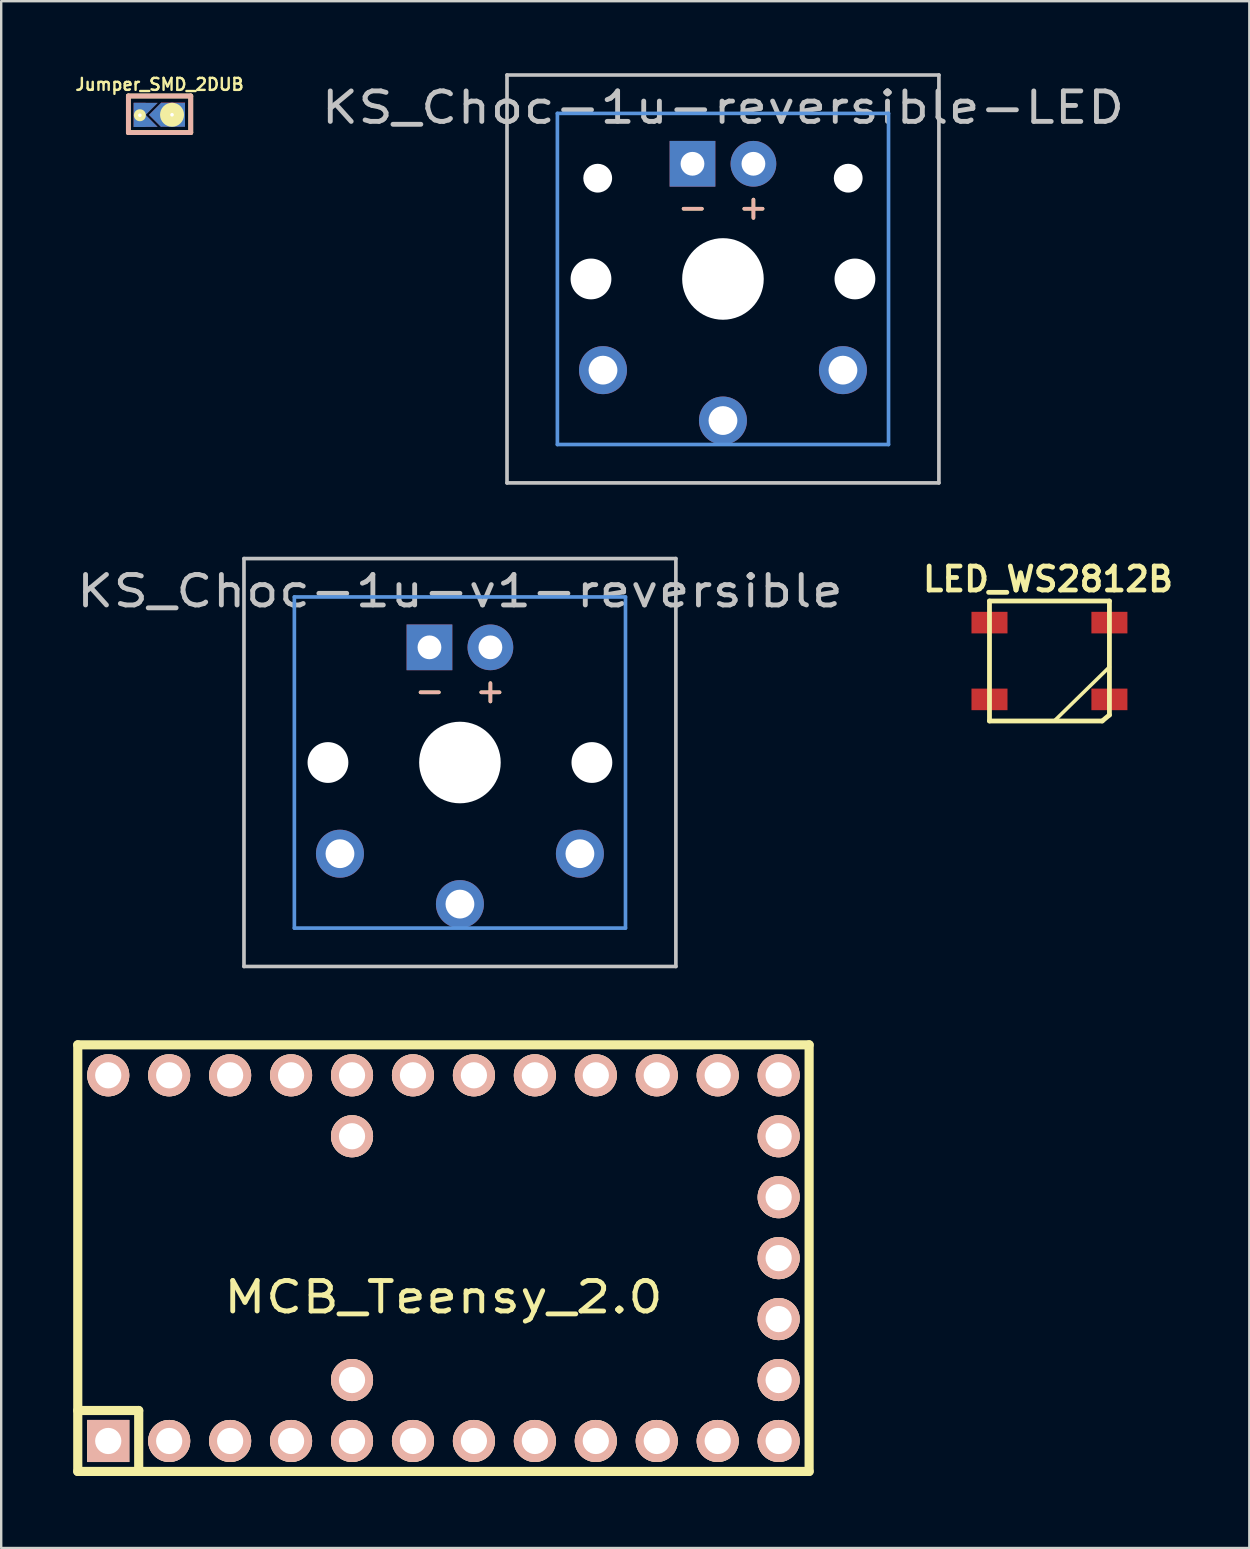
<source format=kicad_pcb>
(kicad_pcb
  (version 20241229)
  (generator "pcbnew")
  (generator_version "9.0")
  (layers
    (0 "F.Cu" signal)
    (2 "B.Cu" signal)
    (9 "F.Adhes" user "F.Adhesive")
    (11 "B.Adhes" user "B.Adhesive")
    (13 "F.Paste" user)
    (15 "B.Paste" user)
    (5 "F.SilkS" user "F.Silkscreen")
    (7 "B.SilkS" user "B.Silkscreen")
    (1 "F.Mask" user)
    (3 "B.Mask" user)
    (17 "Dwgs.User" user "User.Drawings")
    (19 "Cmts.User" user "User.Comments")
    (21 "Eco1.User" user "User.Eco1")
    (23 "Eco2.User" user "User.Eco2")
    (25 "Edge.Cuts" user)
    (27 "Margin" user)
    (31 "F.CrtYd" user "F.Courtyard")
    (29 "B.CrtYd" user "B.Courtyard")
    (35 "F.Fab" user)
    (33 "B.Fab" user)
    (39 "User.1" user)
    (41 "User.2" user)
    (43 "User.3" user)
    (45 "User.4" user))
  (footprint "LED_WS2812B"
    (layer "F.Cu")
    (at 40.687 24.498)
    (property "Reference" "LED_WS2812B" (at -0.06 -3.41 0) (layer "F.SilkS") (effects (font (size 1 1) (thickness 0.2))))
    (attr smd)
    (fp_line (start -2.5 -2.5) (end 2.5 -2.5) (stroke (width 0.2) (type solid)) (layer "F.SilkS"))
    (fp_line (start -2.499 2.499) (end -2.499 -2.499) (stroke (width 0.2) (type solid)) (layer "F.SilkS"))
    (fp_line (start 0.2 2.5) (end 2.5 0.25) (stroke (width 0.15) (type solid)) (layer "F.SilkS"))
    (fp_line (start 2.2 2.5) (end -2.5 2.5) (stroke (width 0.2) (type solid)) (layer "F.SilkS"))
    (fp_line (start 2.2 2.5) (end 2.5 2.25) (stroke (width 0.2) (type solid)) (layer "F.SilkS"))
    (fp_line (start 2.5 2.25) (end 2.5 -2.5) (stroke (width 0.2) (type solid)) (layer "F.SilkS"))
    (pad "1" smd rect (at -2.499 -1.6 90) (size 0.899 1.501) (layers "F.Cu" "F.Mask" "F.Paste"))
    (pad "2" smd rect (at -2.499 1.6 90) (size 0.899 1.501) (layers "F.Cu" "F.Mask" "F.Paste"))
    (pad "3" smd rect (at 2.499 1.6 90) (size 0.899 1.501) (layers "F.Cu" "F.Mask" "F.Paste"))
    (pad "4" smd rect (at 2.499 -1.6 90) (size 0.899 1.501) (layers "F.Cu" "F.Mask" "F.Paste")))
  (footprint "MCB_Teensy_2.0"
    (layer "F.Cu")
    (at 15.431 49.385)
    (property "Reference" "MCB_Teensy_2.0" (at 0 1.625 0) (layer "F.SilkS") (effects (font (size 1.27 1.524) (thickness 0.203))))
    (attr through_hole)
    (fp_line (start -15.24 -8.89) (end -15.24 8.89) (stroke (width 0.381) (type solid)) (layer "F.SilkS"))
    (fp_line (start -15.24 6.35) (end -12.7 6.35) (stroke (width 0.381) (type solid)) (layer "F.SilkS"))
    (fp_line (start -15.24 8.89) (end 15.24 8.89) (stroke (width 0.381) (type solid)) (layer "F.SilkS"))
    (fp_line (start -12.7 6.35) (end -12.7 8.89) (stroke (width 0.381) (type solid)) (layer "F.SilkS"))
    (fp_line (start 15.24 -8.89) (end -15.24 -8.89) (stroke (width 0.381) (type solid)) (layer "F.SilkS"))
    (fp_line (start 15.24 8.89) (end 15.24 -8.89) (stroke (width 0.381) (type solid)) (layer "F.SilkS"))
    (pad "1" thru_hole rect (at -13.97 7.62) (size 1.753 1.753) (drill 1.092) (layers "*.Cu" "*.SilkS" "*.Mask"))
    (pad "2" thru_hole circle (at -11.43 7.62) (size 1.753 1.753) (drill 1.092) (layers "*.Cu" "*.SilkS" "*.Mask"))
    (pad "3" thru_hole circle (at -8.89 7.62) (size 1.753 1.753) (drill 1.092) (layers "*.Cu" "*.SilkS" "*.Mask"))
    (pad "4" thru_hole circle (at -6.35 7.62) (size 1.753 1.753) (drill 1.092) (layers "*.Cu" "*.SilkS" "*.Mask"))
    (pad "5" thru_hole circle (at -3.81 7.62) (size 1.753 1.753) (drill 1.092) (layers "*.Cu" "*.SilkS" "*.Mask"))
    (pad "6" thru_hole circle (at -1.27 7.62) (size 1.753 1.753) (drill 1.092) (layers "*.Cu" "*.SilkS" "*.Mask"))
    (pad "7" thru_hole circle (at 1.27 7.62) (size 1.753 1.753) (drill 1.092) (layers "*.Cu" "*.SilkS" "*.Mask"))
    (pad "8" thru_hole circle (at 3.81 7.62) (size 1.753 1.753) (drill 1.092) (layers "*.Cu" "*.SilkS" "*.Mask"))
    (pad "9" thru_hole circle (at 6.35 7.62) (size 1.753 1.753) (drill 1.092) (layers "*.Cu" "*.SilkS" "*.Mask"))
    (pad "10" thru_hole circle (at 8.89 7.62) (size 1.753 1.753) (drill 1.092) (layers "*.Cu" "*.SilkS" "*.Mask"))
    (pad "11" thru_hole circle (at 11.43 7.62) (size 1.753 1.753) (drill 1.092) (layers "*.Cu" "*.SilkS" "*.Mask"))
    (pad "12" thru_hole circle (at 13.97 7.62) (size 1.753 1.753) (drill 1.092) (layers "*.Cu" "*.SilkS" "*.Mask"))
    (pad "13" thru_hole circle (at 13.97 5.08 270) (size 1.753 1.753) (drill 1.092) (layers "*.Cu" "*.SilkS" "*.Mask"))
    (pad "14" thru_hole circle (at 13.97 2.54 270) (size 1.753 1.753) (drill 1.092) (layers "*.Cu" "*.SilkS" "*.Mask"))
    (pad "15" thru_hole circle (at 13.97 0 270) (size 1.753 1.753) (drill 1.092) (layers "*.Cu" "*.SilkS" "*.Mask"))
    (pad "16" thru_hole circle (at 13.97 -2.54 270) (size 1.753 1.753) (drill 1.092) (layers "*.Cu" "*.SilkS" "*.Mask"))
    (pad "17" thru_hole circle (at 13.97 -5.08 270) (size 1.753 1.753) (drill 1.092) (layers "*.Cu" "*.SilkS" "*.Mask"))
    (pad "18" thru_hole circle (at 13.97 -7.62) (size 1.753 1.753) (drill 1.092) (layers "*.Cu" "*.SilkS" "*.Mask"))
    (pad "19" thru_hole circle (at 11.43 -7.62) (size 1.753 1.753) (drill 1.092) (layers "*.Cu" "*.SilkS" "*.Mask"))
    (pad "20" thru_hole circle (at 8.89 -7.62) (size 1.753 1.753) (drill 1.092) (layers "*.Cu" "*.SilkS" "*.Mask"))
    (pad "21" thru_hole circle (at 6.35 -7.62) (size 1.753 1.753) (drill 1.092) (layers "*.Cu" "*.SilkS" "*.Mask"))
    (pad "22" thru_hole circle (at 3.81 -7.62) (size 1.753 1.753) (drill 1.092) (layers "*.Cu" "*.SilkS" "*.Mask"))
    (pad "23" thru_hole circle (at 1.27 -7.62) (size 1.753 1.753) (drill 1.092) (layers "*.Cu" "*.SilkS" "*.Mask"))
    (pad "24" thru_hole circle (at -1.27 -7.62) (size 1.753 1.753) (drill 1.092) (layers "*.Cu" "*.SilkS" "*.Mask"))
    (pad "25" thru_hole circle (at -3.81 -7.62) (size 1.753 1.753) (drill 1.092) (layers "*.Cu" "*.SilkS" "*.Mask"))
    (pad "26" thru_hole circle (at -6.35 -7.62) (size 1.753 1.753) (drill 1.092) (layers "*.Cu" "*.SilkS" "*.Mask"))
    (pad "27" thru_hole circle (at -8.89 -7.62) (size 1.753 1.753) (drill 1.092) (layers "*.Cu" "*.SilkS" "*.Mask"))
    (pad "28" thru_hole circle (at -11.43 -7.62) (size 1.753 1.753) (drill 1.092) (layers "*.Cu" "*.SilkS" "*.Mask"))
    (pad "29" thru_hole circle (at -13.97 -7.62) (size 1.753 1.753) (drill 1.092) (layers "*.Cu" "*.SilkS" "*.Mask"))
    (pad "30" thru_hole circle (at -3.81 -5.08 270) (size 1.753 1.753) (drill 1.092) (layers "*.Cu" "*.SilkS" "*.Mask"))
    (pad "31" thru_hole circle (at -3.81 5.08 270) (size 1.753 1.753) (drill 1.092) (layers "*.Cu" "*.SilkS" "*.Mask")))
  (footprint "KS_Choc-1u-reversible-LED"
    (layer "F.Cu")
    (at 27.08 8.576)
    (property "Reference" "KS_Choc-1u-reversible-LED" (at 0 -7.144 180) (layer "Dwgs.User") (effects (font (size 1.27 1.524) (thickness 0.203))))
    (attr through_hole)
    (fp_line (start -9 -8.5) (end 9 -8.5) (stroke (width 0.152) (type solid)) (layer "Dwgs.User"))
    (fp_line (start -9 8.5) (end -9 -8.5) (stroke (width 0.152) (type solid)) (layer "Dwgs.User"))
    (fp_line (start 9 -8.5) (end 9 8.5) (stroke (width 0.152) (type solid)) (layer "Dwgs.User"))
    (fp_line (start 9 8.5) (end -9 8.5) (stroke (width 0.152) (type solid)) (layer "Dwgs.User"))
    (fp_line (start -6.9 -6.9) (end 6.9 -6.9) (stroke (width 0.152) (type solid)) (layer "Cmts.User"))
    (fp_line (start -6.9 6.9) (end -6.9 -6.9) (stroke (width 0.152) (type solid)) (layer "Cmts.User"))
    (fp_line (start 6.9 -6.9) (end 6.9 6.9) (stroke (width 0.152) (type solid)) (layer "Cmts.User"))
    (fp_line (start 6.9 6.9) (end -6.9 6.9) (stroke (width 0.152) (type solid)) (layer "Cmts.User"))
    (fp_line (start -7.5 -7.5) (end 7.5 -7.5) (stroke (width 0.152) (type solid)) (layer "Eco2.User"))
    (fp_line (start -7.5 7.5) (end -7.5 -7.5) (stroke (width 0.152) (type solid)) (layer "Eco2.User"))
    (fp_line (start 7.5 -7.5) (end 7.5 7.5) (stroke (width 0.152) (type solid)) (layer "Eco2.User"))
    (fp_line (start 7.5 7.5) (end -7.5 7.5) (stroke (width 0.152) (type solid)) (layer "Eco2.User"))
    (fp_text user "+" (at 1.27 -3 180) (layer "F.SilkS") (effects (font (size 1 1) (thickness 0.15))))
    (fp_text user "-" (at -1.26 -3 180) (layer "F.SilkS") (effects (font (size 1 1) (thickness 0.15))))
    (fp_text user "-" (at -1.26 -3 180) (layer "B.SilkS") (effects (font (size 1 1) (thickness 0.15)) (justify mirror)))
    (fp_text user "+" (at 1.27 -3 180) (layer "B.SilkS") (effects (font (size 1 1) (thickness 0.15)) (justify mirror)))
    (pad "" np_thru_hole circle (at -5.5 0 180) (size 1.7 1.7) (drill 1.7) (layers "*.Cu" "*.Mask"))
    (pad "" np_thru_hole circle (at -5.22 -4.2 180) (size 1.2 1.2) (drill 1.2) (layers "*.Cu"))
    (pad "" np_thru_hole circle (at 0 0 180) (size 3.4 3.4) (drill 3.4) (layers "*.Cu" "*.Mask"))
    (pad "" np_thru_hole circle (at 5.22 -4.2 180) (size 1.2 1.2) (drill 1.2) (layers "*.Cu"))
    (pad "" np_thru_hole circle (at 5.5 0 180) (size 1.7 1.7) (drill 1.7) (layers "*.Cu" "*.Mask"))
    (pad "1" thru_hole circle (at 0 5.9 180) (size 2 2) (drill 1.2) (layers "*.Cu" "*.Mask"))
    (pad "2" thru_hole circle (at -5 3.8 41.9) (size 2 2) (drill 1.2) (layers "*.Cu" "B.Mask"))
    (pad "2" thru_hole circle (at 5 3.8 41.9) (size 2 2) (drill 1.2) (layers "*.Cu" "F.Mask"))
    (pad "3" thru_hole circle (at 1.27 -4.8 180) (size 1.905 1.905) (drill 0.991) (layers "*.Cu" "*.Mask"))
    (pad "4" thru_hole rect (at -1.27 -4.8 180) (size 1.905 1.905) (drill 0.991) (layers "*.Cu" "*.Mask")))
  (footprint "Jumper_SMD_2DUB"
    (layer "F.Cu")
    (at 3.6 1.713)
    (property "Reference" "Jumper_SMD_2DUB" (at 0 -1.245 0) (layer "F.SilkS") (effects (font (size 0.5 0.5) (thickness 0.1))))
    (attr through_hole)
    (fp_line (start -1.3 -0.762) (end 1.3 -0.762) (stroke (width 0.2) (type solid)) (layer "F.SilkS"))
    (fp_line (start -1.3 0.762) (end -1.3 -0.762) (stroke (width 0.2) (type solid)) (layer "F.SilkS"))
    (fp_line (start 1.3 -0.762) (end 1.3 0.762) (stroke (width 0.2) (type solid)) (layer "F.SilkS"))
    (fp_line (start 1.3 0.762) (end -1.3 0.762) (stroke (width 0.2) (type solid)) (layer "F.SilkS"))
    (fp_line (start -1.3 -0.762) (end 1.3 -0.762) (stroke (width 0.2) (type solid)) (layer "B.SilkS"))
    (fp_line (start -1.3 0.762) (end -1.3 -0.762) (stroke (width 0.2) (type solid)) (layer "B.SilkS"))
    (fp_line (start 1.3 -0.762) (end 1.3 0.762) (stroke (width 0.2) (type solid)) (layer "B.SilkS"))
    (fp_line (start 1.3 0.762) (end -1.3 0.762) (stroke (width 0.2) (type solid)) (layer "B.SilkS"))
    (pad "1" smd rect (at -0.831 0.025 180) (size 0.5 1) (layers "F.Cu" "F.Mask" "F.Paste"))
    (pad "1" smd rect (at -0.831 0.025 180) (size 0.5 1) (layers "B.Cu" "B.Mask" "B.Paste"))
    (pad "1" thru_hole circle (at -0.82 0.04) (size 0.5 0.5) (drill 0.15) (layers "*.Cu" "*.Mask" "F.SilkS"))
    (pad "1" smd trapezoid (at -0.581 -0.225 180) (size 0.5 0.5) (rect_delta 0 0.5) (layers "F.Cu" "F.Mask" "F.Paste"))
    (pad "1" smd trapezoid (at -0.581 -0.225 180) (size 0.5 0.5) (rect_delta 0 0.5) (layers "B.Cu" "B.Mask" "B.Paste"))
    (pad "1" smd trapezoid (at -0.581 0.275) (size 0.5 0.5) (rect_delta 0 0.5) (layers "F.Cu" "F.Mask" "F.Paste"))
    (pad "1" smd trapezoid (at -0.581 0.275) (size 0.5 0.5) (rect_delta 0 0.5) (layers "B.Cu" "B.Mask" "B.Paste"))
    (pad "2" smd rect (at 0.059 0.025 45) (size 0.707 0.707) (layers "F.Cu" "F.Mask" "F.Paste"))
    (pad "2" smd rect (at 0.059 0.025 45) (size 0.707 0.707) (layers "B.Cu" "B.Mask" "B.Paste"))
    (pad "2" thru_hole circle (at 0.52 0.02) (size 1 1) (drill 0.15) (layers "*.Cu" "*.Mask" "F.SilkS"))
    (pad "2" smd rect (at 0.56 0.01) (size 1 1) (layers "F.Cu" "F.Mask" "F.Paste"))
    (pad "2" smd rect (at 0.56 0.02) (size 1 1) (layers "B.Cu" "B.Mask" "B.Paste")))
  (footprint "KS_Choc-1u-v1-reversible"
    (layer "F.Cu")
    (at 16.118 28.729)
    (property "Reference" "KS_Choc-1u-v1-reversible" (at 0 -7.144 180) (layer "Dwgs.User") (effects (font (size 1.27 1.524) (thickness 0.203))))
    (attr through_hole)
    (fp_line (start -9 -8.5) (end 9 -8.5) (stroke (width 0.152) (type solid)) (layer "Dwgs.User"))
    (fp_line (start -9 8.5) (end -9 -8.5) (stroke (width 0.152) (type solid)) (layer "Dwgs.User"))
    (fp_line (start 9 -8.5) (end 9 8.5) (stroke (width 0.152) (type solid)) (layer "Dwgs.User"))
    (fp_line (start 9 8.5) (end -9 8.5) (stroke (width 0.152) (type solid)) (layer "Dwgs.User"))
    (fp_line (start -6.9 -6.9) (end 6.9 -6.9) (stroke (width 0.152) (type solid)) (layer "Cmts.User"))
    (fp_line (start -6.9 6.9) (end -6.9 -6.9) (stroke (width 0.152) (type solid)) (layer "Cmts.User"))
    (fp_line (start 6.9 -6.9) (end 6.9 6.9) (stroke (width 0.152) (type solid)) (layer "Cmts.User"))
    (fp_line (start 6.9 6.9) (end -6.9 6.9) (stroke (width 0.152) (type solid)) (layer "Cmts.User"))
    (fp_line (start -7.5 -7.5) (end 7.5 -7.5) (stroke (width 0.152) (type solid)) (layer "Eco2.User"))
    (fp_line (start -7.5 7.5) (end -7.5 -7.5) (stroke (width 0.152) (type solid)) (layer "Eco2.User"))
    (fp_line (start 7.5 -7.5) (end 7.5 7.5) (stroke (width 0.152) (type solid)) (layer "Eco2.User"))
    (fp_line (start 7.5 7.5) (end -7.5 7.5) (stroke (width 0.152) (type solid)) (layer "Eco2.User"))
    (fp_text user "+" (at 1.27 -3 180) (layer "F.SilkS") (effects (font (size 1 1) (thickness 0.15))))
    (fp_text user "-" (at -1.26 -3 180) (layer "F.SilkS") (effects (font (size 1 1) (thickness 0.15))))
    (fp_text user "+" (at 1.27 -3 180) (layer "B.SilkS") (effects (font (size 1 1) (thickness 0.15)) (justify mirror)))
    (fp_text user "-" (at -1.26 -3 180) (layer "B.SilkS") (effects (font (size 1 1) (thickness 0.15)) (justify mirror)))
    (pad "" np_thru_hole circle (at -5.5 0 180) (size 1.7 1.7) (drill 1.7) (layers "*.Cu" "*.Mask"))
    (pad "" np_thru_hole circle (at 0 0 180) (size 3.4 3.4) (drill 3.4) (layers "*.Cu" "*.Mask"))
    (pad "" np_thru_hole circle (at 5.5 0 180) (size 1.7 1.7) (drill 1.7) (layers "*.Cu" "*.Mask"))
    (pad "1" thru_hole circle (at 0 5.9 180) (size 2 2) (drill 1.2) (layers "*.Cu" "*.Mask"))
    (pad "2" thru_hole circle (at -5 3.8 41.9) (size 2 2) (drill 1.2) (layers "*.Cu" "B.Mask"))
    (pad "2" thru_hole circle (at 5 3.8 41.9) (size 2 2) (drill 1.2) (layers "*.Cu" "F.Mask"))
    (pad "3" thru_hole circle (at 1.27 -4.8 180) (size 1.905 1.905) (drill 0.991) (layers "*.Cu" "*.Mask"))
    (pad "4" thru_hole rect (at -1.27 -4.8 180) (size 1.905 1.905) (drill 0.991) (layers "*.Cu" "*.Mask")))
  (gr_rect
    (start -3 -3)
    (end 49.017 61.466)
    (stroke (width 0.1) (type default))
    (fill no)
    (layer "Edge.Cuts")))
</source>
